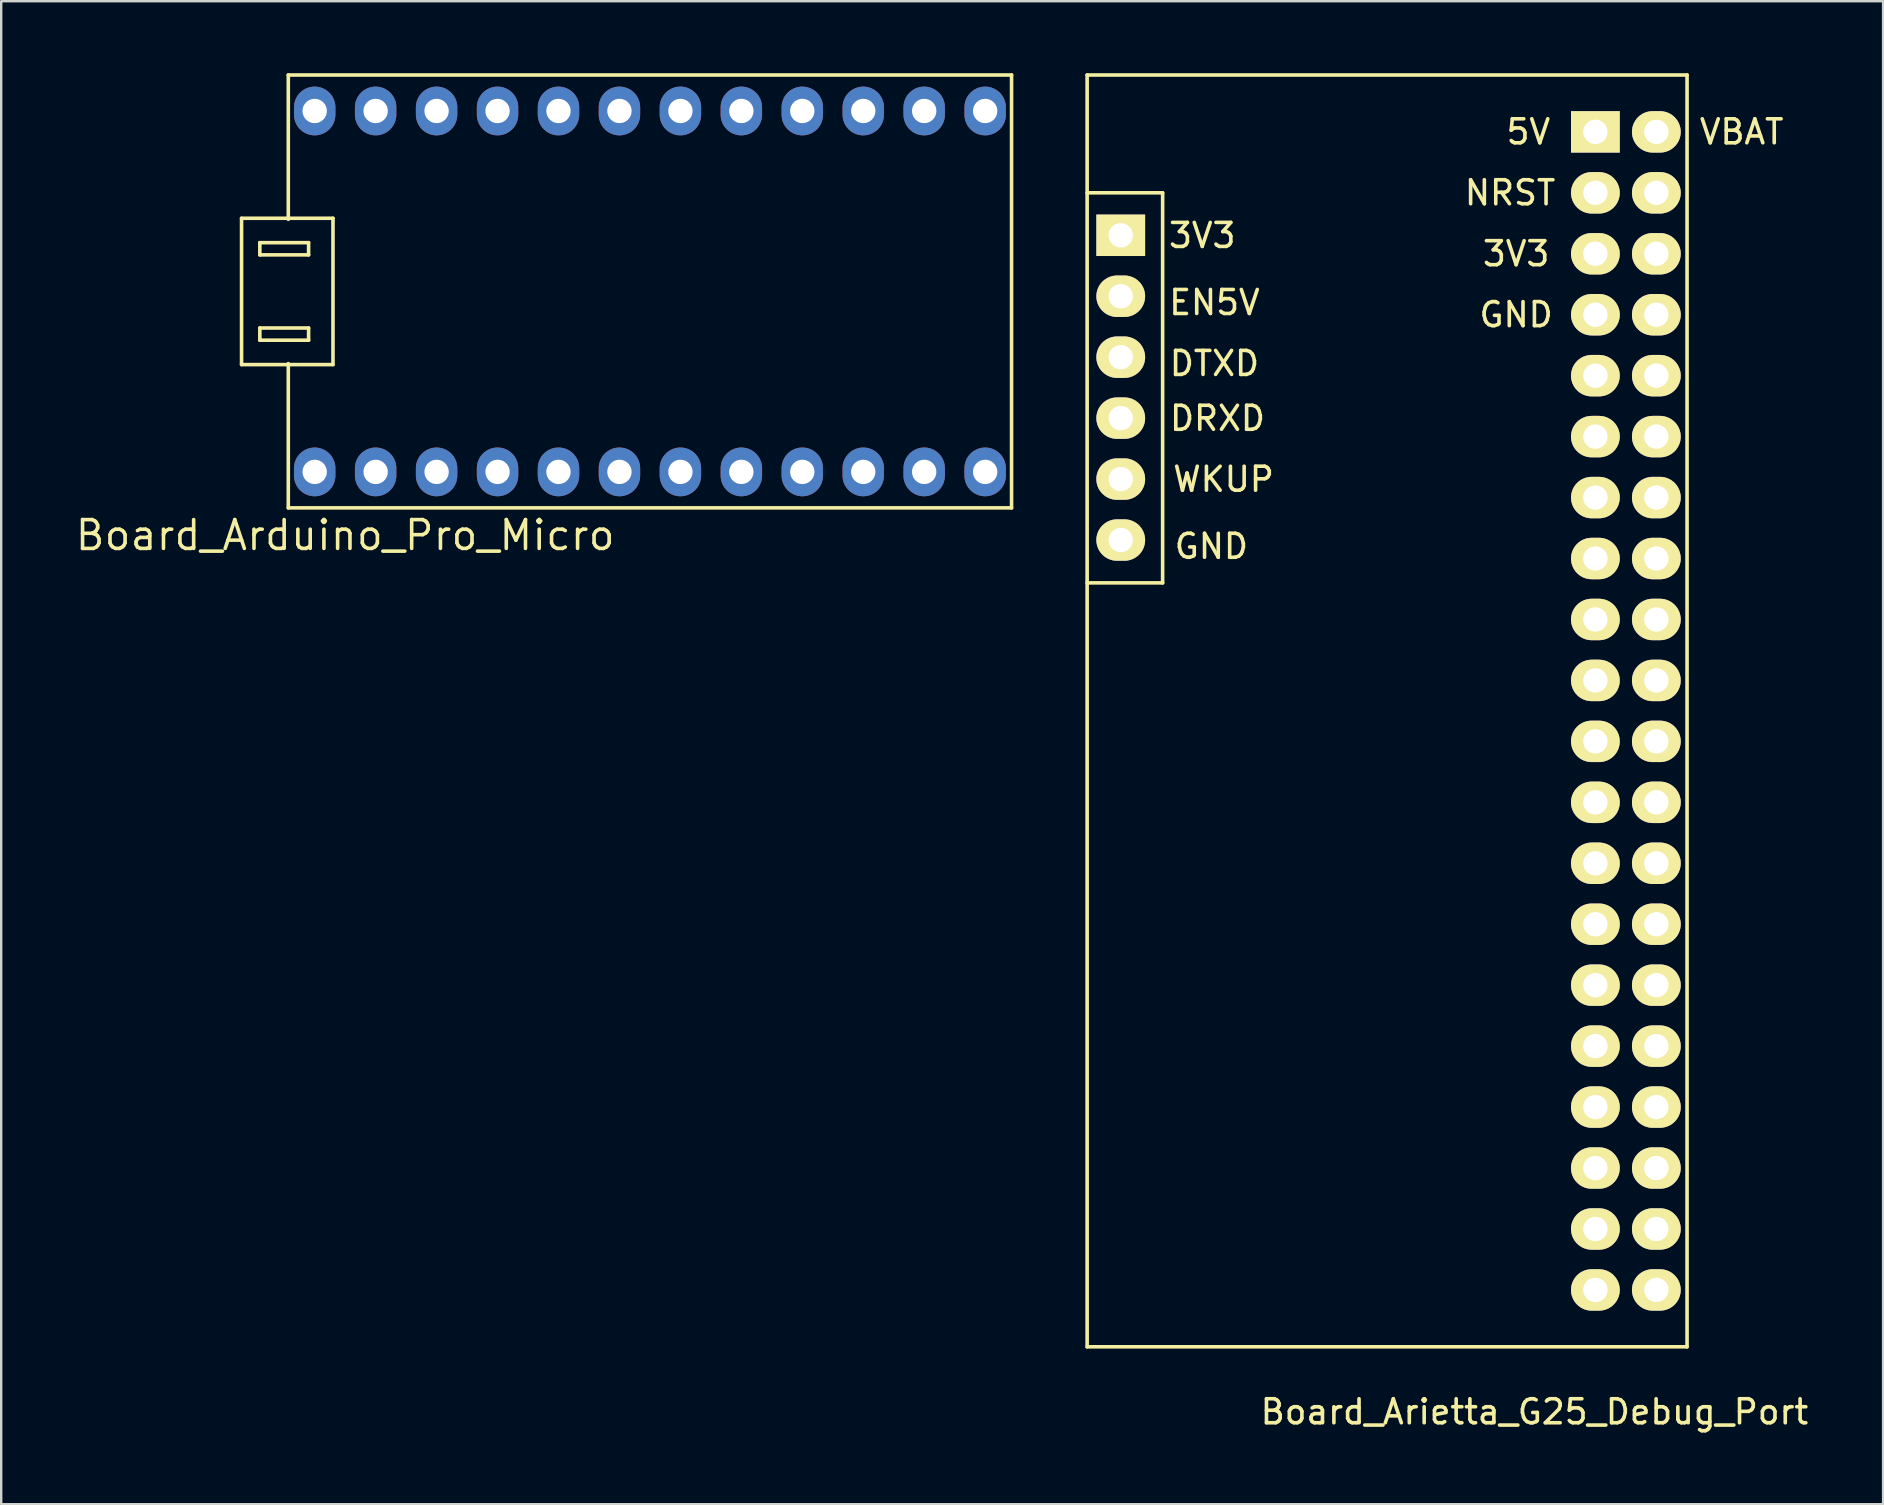
<source format=kicad_pcb>
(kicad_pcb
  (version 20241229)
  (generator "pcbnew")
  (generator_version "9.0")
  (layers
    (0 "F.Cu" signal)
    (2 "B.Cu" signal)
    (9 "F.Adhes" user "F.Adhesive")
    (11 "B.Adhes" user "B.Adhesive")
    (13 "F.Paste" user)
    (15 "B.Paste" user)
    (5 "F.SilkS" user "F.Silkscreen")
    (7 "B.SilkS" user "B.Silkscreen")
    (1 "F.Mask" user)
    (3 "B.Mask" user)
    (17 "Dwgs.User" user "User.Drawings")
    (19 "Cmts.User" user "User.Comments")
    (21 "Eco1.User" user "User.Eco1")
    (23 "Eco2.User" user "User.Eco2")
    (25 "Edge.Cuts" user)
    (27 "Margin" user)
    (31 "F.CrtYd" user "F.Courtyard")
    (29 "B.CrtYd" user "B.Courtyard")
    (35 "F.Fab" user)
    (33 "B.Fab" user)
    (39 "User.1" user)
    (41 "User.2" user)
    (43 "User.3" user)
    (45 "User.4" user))
  (footprint "Board_Arduino_Pro_Micro"
    (layer "F.Cu")
    (at 24.034 9.095)
    (property "Reference" "Board_Arduino_Pro_Micro" (at -12.7 10.16 180) (layer "F.SilkS") (effects (font (size 1.2 1.2) (thickness 0.15))))
    (attr through_hole)
    (fp_line (start -17.018 -3.048) (end -17.018 3.048) (stroke (width 0.15) (type solid)) (layer "F.SilkS"))
    (fp_line (start -17.018 3.048) (end -13.208 3.048) (stroke (width 0.15) (type solid)) (layer "F.SilkS"))
    (fp_line (start -16.256 -2.032) (end -16.256 -1.524) (stroke (width 0.15) (type solid)) (layer "F.SilkS"))
    (fp_line (start -16.256 -1.524) (end -14.224 -1.524) (stroke (width 0.15) (type solid)) (layer "F.SilkS"))
    (fp_line (start -16.256 1.524) (end -16.256 2.032) (stroke (width 0.15) (type solid)) (layer "F.SilkS"))
    (fp_line (start -16.256 1.524) (end -14.224 1.524) (stroke (width 0.15) (type solid)) (layer "F.SilkS"))
    (fp_line (start -16.256 2.032) (end -14.224 2.032) (stroke (width 0.15) (type solid)) (layer "F.SilkS"))
    (fp_line (start -15.07 -9.02) (end -15.07 -3.007) (stroke (width 0.15) (type solid)) (layer "F.SilkS"))
    (fp_line (start -15.07 3.007) (end -15.07 9.02) (stroke (width 0.15) (type solid)) (layer "F.SilkS"))
    (fp_line (start -15.07 9.02) (end 15.07 9.02) (stroke (width 0.15) (type solid)) (layer "F.SilkS"))
    (fp_line (start -14.224 -2.032) (end -16.256 -2.032) (stroke (width 0.15) (type solid)) (layer "F.SilkS"))
    (fp_line (start -14.224 -1.524) (end -14.224 -2.032) (stroke (width 0.15) (type solid)) (layer "F.SilkS"))
    (fp_line (start -14.224 2.032) (end -14.224 1.524) (stroke (width 0.15) (type solid)) (layer "F.SilkS"))
    (fp_line (start -13.208 -3.048) (end -17.018 -3.048) (stroke (width 0.15) (type solid)) (layer "F.SilkS"))
    (fp_line (start -13.208 3.048) (end -13.208 -3.048) (stroke (width 0.15) (type solid)) (layer "F.SilkS"))
    (fp_line (start 15.07 -9.02) (end -15.07 -9.02) (stroke (width 0.15) (type solid)) (layer "F.SilkS"))
    (fp_line (start 15.07 9.02) (end 15.07 -9.02) (stroke (width 0.15) (type solid)) (layer "F.SilkS"))
    (pad "A0" thru_hole oval (at 3.81 -7.52) (size 1.727 2.032) (drill 1.016) (layers "*.Cu" "*.Mask"))
    (pad "A1" thru_hole oval (at 1.27 -7.52) (size 1.727 2.032) (drill 1.016) (layers "*.Cu" "*.Mask"))
    (pad "A2" thru_hole oval (at -1.27 -7.52) (size 1.727 2.032) (drill 1.016) (layers "*.Cu" "*.Mask"))
    (pad "A3" thru_hole oval (at -3.81 -7.52) (size 1.727 2.032) (drill 1.016) (layers "*.Cu" "*.Mask"))
    (pad "D0" thru_hole oval (at -11.43 7.52) (size 1.727 2.032) (drill 1.016) (layers "*.Cu" "*.Mask"))
    (pad "D1" thru_hole oval (at -13.97 7.52) (size 1.727 2.032) (drill 1.016) (layers "*.Cu" "*.Mask"))
    (pad "D2" thru_hole oval (at -3.81 7.52) (size 1.727 2.032) (drill 1.016) (layers "*.Cu" "*.Mask"))
    (pad "D3" thru_hole oval (at -1.27 7.52) (size 1.727 2.032) (drill 1.016) (layers "*.Cu" "*.Mask"))
    (pad "D4" thru_hole oval (at 1.27 7.52) (size 1.727 2.032) (drill 1.016) (layers "*.Cu" "*.Mask"))
    (pad "D5" thru_hole oval (at 3.81 7.52) (size 1.727 2.032) (drill 1.016) (layers "*.Cu" "*.Mask"))
    (pad "D6" thru_hole oval (at 6.35 7.52) (size 1.727 2.032) (drill 1.016) (layers "*.Cu" "*.Mask"))
    (pad "D7" thru_hole oval (at 8.89 7.52) (size 1.727 2.032) (drill 1.016) (layers "*.Cu" "*.Mask"))
    (pad "D8" thru_hole oval (at 11.43 7.52) (size 1.727 2.032) (drill 1.016) (layers "*.Cu" "*.Mask"))
    (pad "D9" thru_hole oval (at 13.97 7.52) (size 1.727 2.032) (drill 1.016) (layers "*.Cu" "*.Mask"))
    (pad "D10" thru_hole oval (at 13.97 -7.52) (size 1.727 2.032) (drill 1.016) (layers "*.Cu" "*.Mask"))
    (pad "D14" thru_hole oval (at 8.89 -7.52) (size 1.727 2.032) (drill 1.016) (layers "*.Cu" "*.Mask"))
    (pad "D15" thru_hole oval (at 6.35 -7.52) (size 1.727 2.032) (drill 1.016) (layers "*.Cu" "*.Mask"))
    (pad "D16" thru_hole oval (at 11.43 -7.52) (size 1.727 2.032) (drill 1.016) (layers "*.Cu" "*.Mask"))
    (pad "GND" thru_hole oval (at -11.43 -7.52) (size 1.727 2.032) (drill 1.016) (layers "*.Cu" "*.Mask"))
    (pad "GND" thru_hole oval (at -8.89 7.52) (size 1.727 2.032) (drill 1.016) (layers "*.Cu" "*.Mask"))
    (pad "GND" thru_hole oval (at -6.35 7.52) (size 1.727 2.032) (drill 1.016) (layers "*.Cu" "*.Mask"))
    (pad "RAW" thru_hole oval (at -13.97 -7.52) (size 1.727 2.032) (drill 1.016) (layers "*.Cu" "*.Mask"))
    (pad "RST" thru_hole oval (at -8.89 -7.52) (size 1.727 2.032) (drill 1.016) (layers "*.Cu" "*.Mask"))
    (pad "VCC" thru_hole oval (at -6.35 -7.52) (size 1.727 2.032) (drill 1.016) (layers "*.Cu" "*.Mask")))
  (footprint "Board_Arietta_G25_Debug_Port"
    (layer "F.Cu")
    (at 53.274 25.305)
    (property "Reference" "Board_Arietta_G25_Debug_Port" (at 7.62 30.48 0) (layer "F.SilkS") (effects (font (size 1 1) (thickness 0.15))))
    (attr through_hole)
    (fp_line (start -11.02 -25.23) (end -11.02 27.77) (stroke (width 0.15) (type solid)) (layer "F.SilkS"))
    (fp_line (start -11.02 -20.32) (end -7.874 -20.32) (stroke (width 0.15) (type solid)) (layer "F.SilkS"))
    (fp_line (start -11.02 27.77) (end 13.98 27.77) (stroke (width 0.15) (type solid)) (layer "F.SilkS"))
    (fp_line (start -7.874 -20.32) (end -7.874 -4.064) (stroke (width 0.15) (type solid)) (layer "F.SilkS"))
    (fp_line (start -7.874 -4.064) (end -11.02 -4.064) (stroke (width 0.15) (type solid)) (layer "F.SilkS"))
    (fp_line (start 13.98 -25.23) (end -11.02 -25.23) (stroke (width 0.15) (type solid)) (layer "F.SilkS"))
    (fp_line (start 13.98 -25.23) (end 13.98 27.77) (stroke (width 0.15) (type solid)) (layer "F.SilkS"))
    (fp_text user "GND" (at -5.842 -5.588 0) (layer "F.SilkS") (effects (font (size 1 1) (thickness 0.15))))
    (fp_text user "3V3" (at 6.858 -17.78 0) (layer "F.SilkS") (effects (font (size 1 1) (thickness 0.15))))
    (fp_text user "GND" (at 6.858 -15.24 0) (layer "F.SilkS") (effects (font (size 1 1) (thickness 0.15))))
    (fp_text user "3V3" (at -6.223 -18.542 0) (layer "F.SilkS") (effects (font (size 1 1) (thickness 0.15))))
    (fp_text user "DTXD" (at -5.715 -13.208 0) (layer "F.SilkS") (effects (font (size 1 1) (thickness 0.15))))
    (fp_text user "VBAT" (at 16.256 -22.86 0) (layer "F.SilkS") (effects (font (size 1 1) (thickness 0.15))))
    (fp_text user "NRST" (at 6.604 -20.32 0) (layer "F.SilkS") (effects (font (size 1 1) (thickness 0.15))))
    (fp_text user "WKUP" (at -5.334 -8.382 0) (layer "F.SilkS") (effects (font (size 1 1) (thickness 0.15))))
    (fp_text user "EN5V" (at -5.715 -15.748 0) (layer "F.SilkS") (effects (font (size 1 1) (thickness 0.15))))
    (fp_text user "DRXD" (at -5.588 -10.922 0) (layer "F.SilkS") (effects (font (size 1 1) (thickness 0.15))))
    (fp_text user "5V" (at 7.366 -22.86 0) (layer "F.SilkS") (effects (font (size 1 1) (thickness 0.15))))
    (pad "1" thru_hole rect (at 10.16 -22.86) (size 2.032 1.727) (drill 1.016) (layers "*.Cu" "*.Mask" "F.SilkS"))
    (pad "2" thru_hole oval (at 12.7 -22.86) (size 2.032 1.727) (drill 1.016) (layers "*.Cu" "*.Mask" "F.SilkS"))
    (pad "3" thru_hole oval (at 10.16 -20.32) (size 2.032 1.727) (drill 1.016) (layers "*.Cu" "*.Mask" "F.SilkS"))
    (pad "4" thru_hole oval (at 12.7 -20.32) (size 2.032 1.727) (drill 1.016) (layers "*.Cu" "*.Mask" "F.SilkS"))
    (pad "5" thru_hole oval (at 10.16 -17.78) (size 2.032 1.727) (drill 1.016) (layers "*.Cu" "*.Mask" "F.SilkS"))
    (pad "6" thru_hole oval (at 12.7 -17.78) (size 2.032 1.727) (drill 1.016) (layers "*.Cu" "*.Mask" "F.SilkS"))
    (pad "7" thru_hole oval (at 10.16 -15.24) (size 2.032 1.727) (drill 1.016) (layers "*.Cu" "*.Mask" "F.SilkS"))
    (pad "8" thru_hole oval (at 12.7 -15.24) (size 2.032 1.727) (drill 1.016) (layers "*.Cu" "*.Mask" "F.SilkS"))
    (pad "9" thru_hole oval (at 10.16 -12.7) (size 2.032 1.727) (drill 1.016) (layers "*.Cu" "*.Mask" "F.SilkS"))
    (pad "10" thru_hole oval (at 12.7 -12.7) (size 2.032 1.727) (drill 1.016) (layers "*.Cu" "*.Mask" "F.SilkS"))
    (pad "11" thru_hole oval (at 10.16 -10.16) (size 2.032 1.727) (drill 1.016) (layers "*.Cu" "*.Mask" "F.SilkS"))
    (pad "12" thru_hole oval (at 12.7 -10.16) (size 2.032 1.727) (drill 1.016) (layers "*.Cu" "*.Mask" "F.SilkS"))
    (pad "13" thru_hole oval (at 10.16 -7.62) (size 2.032 1.727) (drill 1.016) (layers "*.Cu" "*.Mask" "F.SilkS"))
    (pad "14" thru_hole oval (at 12.7 -7.62) (size 2.032 1.727) (drill 1.016) (layers "*.Cu" "*.Mask" "F.SilkS"))
    (pad "15" thru_hole oval (at 10.16 -5.08) (size 2.032 1.727) (drill 1.016) (layers "*.Cu" "*.Mask" "F.SilkS"))
    (pad "16" thru_hole oval (at 12.7 -5.08) (size 2.032 1.727) (drill 1.016) (layers "*.Cu" "*.Mask" "F.SilkS"))
    (pad "17" thru_hole oval (at 10.16 -2.54) (size 2.032 1.727) (drill 1.016) (layers "*.Cu" "*.Mask" "F.SilkS"))
    (pad "18" thru_hole oval (at 12.7 -2.54) (size 2.032 1.727) (drill 1.016) (layers "*.Cu" "*.Mask" "F.SilkS"))
    (pad "19" thru_hole oval (at 10.16 0) (size 2.032 1.727) (drill 1.016) (layers "*.Cu" "*.Mask" "F.SilkS"))
    (pad "20" thru_hole oval (at 12.7 0) (size 2.032 1.727) (drill 1.016) (layers "*.Cu" "*.Mask" "F.SilkS"))
    (pad "21" thru_hole oval (at 10.16 2.54) (size 2.032 1.727) (drill 1.016) (layers "*.Cu" "*.Mask" "F.SilkS"))
    (pad "22" thru_hole oval (at 12.7 2.54) (size 2.032 1.727) (drill 1.016) (layers "*.Cu" "*.Mask" "F.SilkS"))
    (pad "23" thru_hole oval (at 10.16 5.08) (size 2.032 1.727) (drill 1.016) (layers "*.Cu" "*.Mask" "F.SilkS"))
    (pad "24" thru_hole oval (at 12.7 5.08) (size 2.032 1.727) (drill 1.016) (layers "*.Cu" "*.Mask" "F.SilkS"))
    (pad "25" thru_hole oval (at 10.16 7.62) (size 2.032 1.727) (drill 1.016) (layers "*.Cu" "*.Mask" "F.SilkS"))
    (pad "26" thru_hole oval (at 12.7 7.62) (size 2.032 1.727) (drill 1.016) (layers "*.Cu" "*.Mask" "F.SilkS"))
    (pad "27" thru_hole oval (at 10.16 10.16) (size 2.032 1.727) (drill 1.016) (layers "*.Cu" "*.Mask" "F.SilkS"))
    (pad "28" thru_hole oval (at 12.7 10.16) (size 2.032 1.727) (drill 1.016) (layers "*.Cu" "*.Mask" "F.SilkS"))
    (pad "29" thru_hole oval (at 10.16 12.7) (size 2.032 1.727) (drill 1.016) (layers "*.Cu" "*.Mask" "F.SilkS"))
    (pad "30" thru_hole oval (at 12.7 12.7) (size 2.032 1.727) (drill 1.016) (layers "*.Cu" "*.Mask" "F.SilkS"))
    (pad "31" thru_hole oval (at 10.16 15.24) (size 2.032 1.727) (drill 1.016) (layers "*.Cu" "*.Mask" "F.SilkS"))
    (pad "32" thru_hole oval (at 12.7 15.24) (size 2.032 1.727) (drill 1.016) (layers "*.Cu" "*.Mask" "F.SilkS"))
    (pad "33" thru_hole oval (at 10.16 17.78) (size 2.032 1.727) (drill 1.016) (layers "*.Cu" "*.Mask" "F.SilkS"))
    (pad "34" thru_hole oval (at 12.7 17.78) (size 2.032 1.727) (drill 1.016) (layers "*.Cu" "*.Mask" "F.SilkS"))
    (pad "35" thru_hole oval (at 10.16 20.32) (size 2.032 1.727) (drill 1.016) (layers "*.Cu" "*.Mask" "F.SilkS"))
    (pad "36" thru_hole oval (at 12.7 20.32) (size 2.032 1.727) (drill 1.016) (layers "*.Cu" "*.Mask" "F.SilkS"))
    (pad "37" thru_hole oval (at 10.16 22.86) (size 2.032 1.727) (drill 1.016) (layers "*.Cu" "*.Mask" "F.SilkS"))
    (pad "38" thru_hole oval (at 12.7 22.86) (size 2.032 1.727) (drill 1.016) (layers "*.Cu" "*.Mask" "F.SilkS"))
    (pad "39" thru_hole oval (at 10.16 25.4) (size 2.032 1.727) (drill 1.016) (layers "*.Cu" "*.Mask" "F.SilkS"))
    (pad "40" thru_hole oval (at 12.7 25.4) (size 2.032 1.727) (drill 1.016) (layers "*.Cu" "*.Mask" "F.SilkS"))
    (pad "DP1" thru_hole rect (at -9.62 -18.55) (size 2.032 1.727) (drill 1.016) (layers "*.Cu" "*.Mask" "F.SilkS"))
    (pad "DP2" thru_hole oval (at -9.62 -16.01) (size 2.032 1.727) (drill 1.016) (layers "*.Cu" "*.Mask" "F.SilkS"))
    (pad "DP3" thru_hole oval (at -9.62 -13.47) (size 2.032 1.727) (drill 1.016) (layers "*.Cu" "*.Mask" "F.SilkS"))
    (pad "DP4" thru_hole oval (at -9.62 -10.93) (size 2.032 1.727) (drill 1.016) (layers "*.Cu" "*.Mask" "F.SilkS"))
    (pad "DP5" thru_hole oval (at -9.62 -8.39) (size 2.032 1.727) (drill 1.016) (layers "*.Cu" "*.Mask" "F.SilkS"))
    (pad "DP6" thru_hole oval (at -9.62 -5.85) (size 2.032 1.727) (drill 1.016) (layers "*.Cu" "*.Mask" "F.SilkS")))
  (gr_rect
    (start -3 -3)
    (end 75.423 59.633)
    (stroke (width 0.1) (type default))
    (fill no)
    (layer "Edge.Cuts")))
</source>
